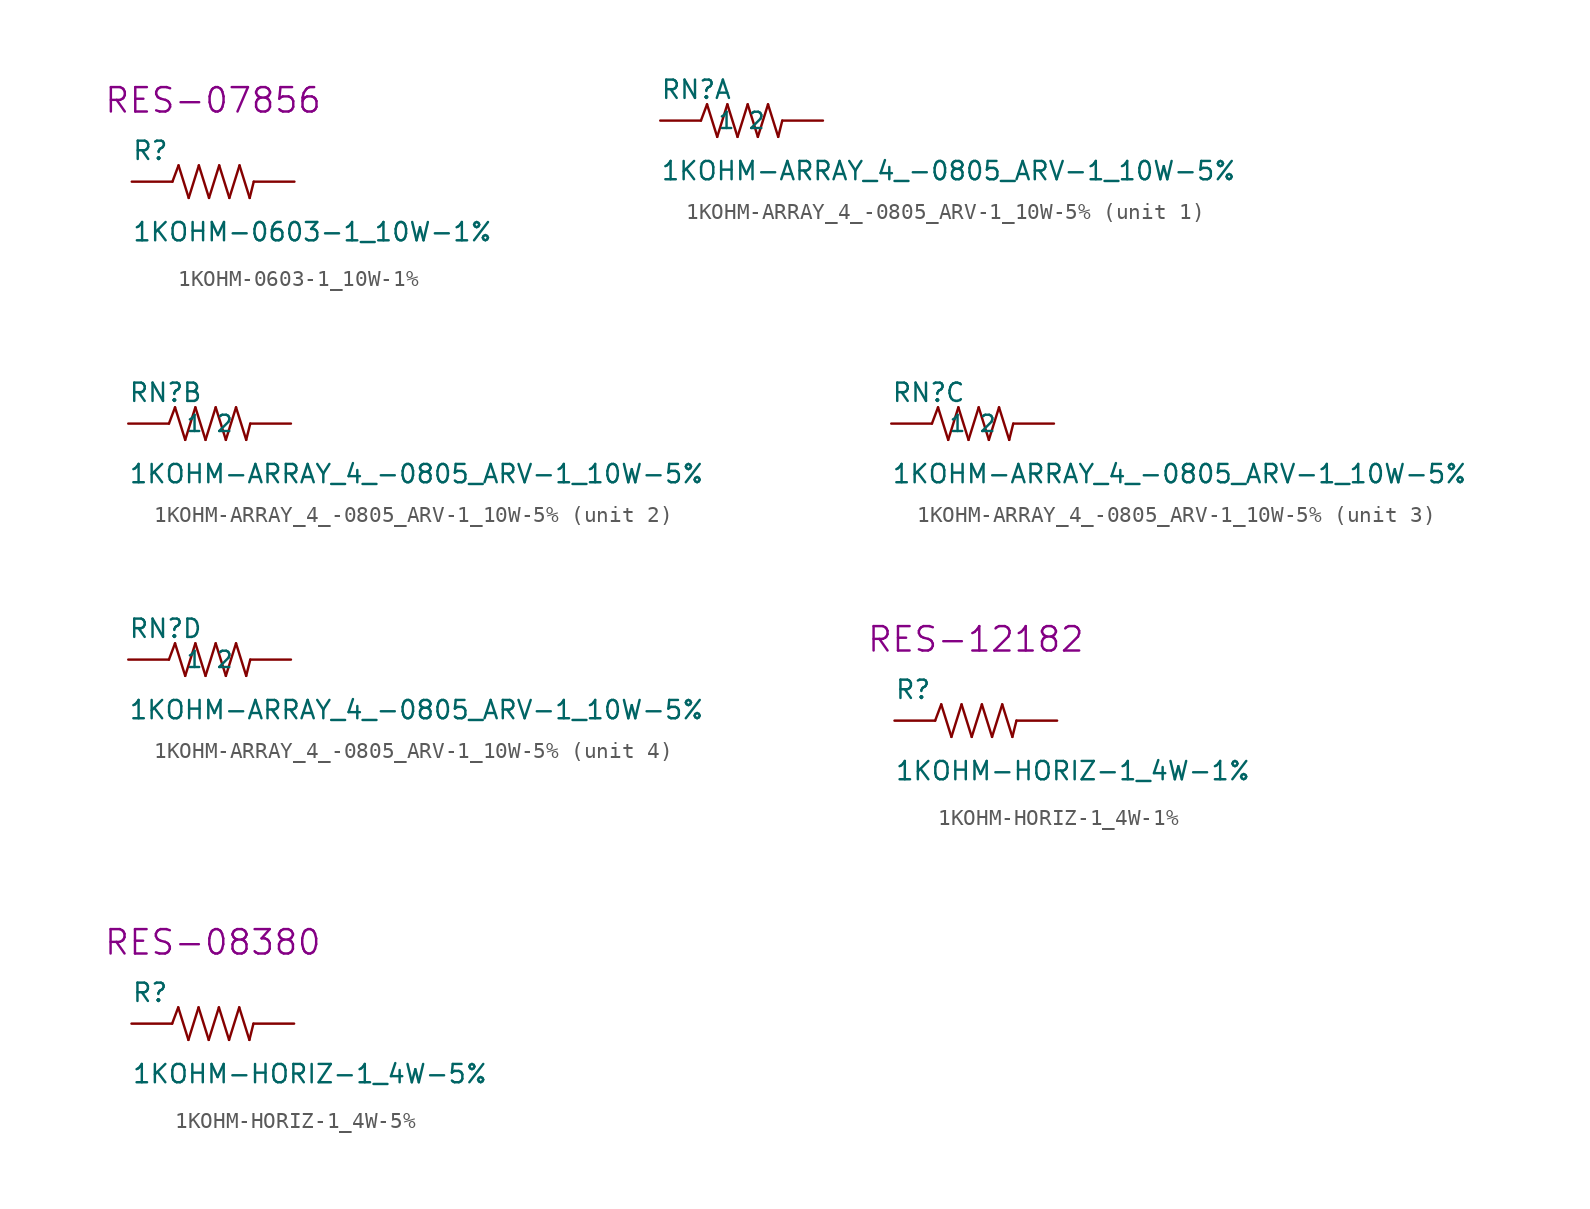
<source format=kicad_sym>
(kicad_symbol_lib
  (version 20220914)
  (generator kicad_symbol_editor)
  (symbol "1KOHM-0603-1_10W-1%"
    (pin_numbers hide)
    (pin_names
      (offset 1.016) hide)
    (property "Reference" "R"
      (at -5.08 1.27 0)
      (effects (font (size 1.143 1.143)) (justify left bottom)))
    (property "Value" "1KOHM-0603-1_10W-1%"
      (at -5.08 -3.81 0)
      (effects (font (size 1.143 1.143)) (justify left bottom)))
    (property "Field4" "RES-07856"
      (at 0 5.08 0)
      (effects (font (size 1.524 1.524))))
    (property "ki_locked" ""
      (at 0 0 0)
      (effects (font (size 1.27 1.27))))
    (symbol "1KOHM-0603-1_10W-1%_1_0"
      (polyline (pts (xy -2.54 0) (xy -2.159 1.016)) (stroke (width 0) (type solid)) (fill (type none)))
      (polyline (pts (xy -2.159 1.016) (xy -1.524 -1.016)) (stroke (width 0) (type solid)) (fill (type none)))
      (polyline (pts (xy -1.524 -1.016) (xy -0.889 1.016)) (stroke (width 0) (type solid)) (fill (type none)))
      (polyline (pts (xy -0.889 1.016) (xy -0.254 -1.016)) (stroke (width 0) (type solid)) (fill (type none)))
      (polyline (pts (xy -0.254 -1.016) (xy 0.381 1.016)) (stroke (width 0) (type solid)) (fill (type none)))
      (polyline (pts (xy 0.381 1.016) (xy 1.016 -1.016)) (stroke (width 0) (type solid)) (fill (type none)))
      (polyline (pts (xy 1.016 -1.016) (xy 1.651 1.016)) (stroke (width 0) (type solid)) (fill (type none)))
      (polyline (pts (xy 1.651 1.016) (xy 2.286 -1.016)) (stroke (width 0) (type solid)) (fill (type none)))
      (polyline (pts (xy 2.286 -1.016) (xy 2.54 0)) (stroke (width 0) (type solid)) (fill (type none))))
    (symbol "1KOHM-0603-1_10W-1%_1_1"
      (pin passive line (at -5.08 0 0) (length 2.54) (name "1" (effects (font (size 1.016 1.016)))) (number "1" (effects (font (size 1.016 1.016)))))
      (pin passive line (at 5.08 0 180) (length 2.54) (name "2" (effects (font (size 1.016 1.016)))) (number "2" (effects (font (size 1.016 1.016)))))))
  (symbol "1KOHM-ARRAY_4_-0805_ARV-1_10W-5%"
    (pin_numbers hide)
    (pin_names
      (offset 1.016))
    (property "Reference" "RN"
      (at -5.08 1.27 0)
      (effects (font (size 1.143 1.143)) (justify left bottom)))
    (property "Value" "1KOHM-ARRAY_4_-0805_ARV-1_10W-5%"
      (at -5.08 -3.81 0)
      (effects (font (size 1.143 1.143)) (justify left bottom)))
    (property "ki_locked" ""
      (at 0 0 0)
      (effects (font (size 1.27 1.27))))
    (symbol "1KOHM-ARRAY_4_-0805_ARV-1_10W-5%_1_0"
      (polyline (pts (xy -2.54 0) (xy -2.159 1.016)) (stroke (width 0) (type solid)) (fill (type none)))
      (polyline (pts (xy -2.159 1.016) (xy -1.524 -1.016)) (stroke (width 0) (type solid)) (fill (type none)))
      (polyline (pts (xy -1.524 -1.016) (xy -0.889 1.016)) (stroke (width 0) (type solid)) (fill (type none)))
      (polyline (pts (xy -0.889 1.016) (xy -0.254 -1.016)) (stroke (width 0) (type solid)) (fill (type none)))
      (polyline (pts (xy -0.254 -1.016) (xy 0.381 1.016)) (stroke (width 0) (type solid)) (fill (type none)))
      (polyline (pts (xy 0.381 1.016) (xy 1.016 -1.016)) (stroke (width 0) (type solid)) (fill (type none)))
      (polyline (pts (xy 1.016 -1.016) (xy 1.651 1.016)) (stroke (width 0) (type solid)) (fill (type none)))
      (polyline (pts (xy 1.651 1.016) (xy 2.286 -1.016)) (stroke (width 0) (type solid)) (fill (type none)))
      (polyline (pts (xy 2.286 -1.016) (xy 2.54 0)) (stroke (width 0) (type solid)) (fill (type none))))
    (symbol "1KOHM-ARRAY_4_-0805_ARV-1_10W-5%_1_1"
      (pin passive line (at -5.08 0 0) (length 2.54) (name "1" (effects (font (size 1.016 1.016)))) (number "1" (effects (font (size 1.016 1.016)))))
      (pin passive line (at 5.08 0 180) (length 2.54) (name "2" (effects (font (size 1.016 1.016)))) (number "8" (effects (font (size 1.016 1.016))))))
    (symbol "1KOHM-ARRAY_4_-0805_ARV-1_10W-5%_2_0"
      (polyline (pts (xy -2.54 0) (xy -2.159 1.016)) (stroke (width 0) (type solid)) (fill (type none)))
      (polyline (pts (xy -2.159 1.016) (xy -1.524 -1.016)) (stroke (width 0) (type solid)) (fill (type none)))
      (polyline (pts (xy -1.524 -1.016) (xy -0.889 1.016)) (stroke (width 0) (type solid)) (fill (type none)))
      (polyline (pts (xy -0.889 1.016) (xy -0.254 -1.016)) (stroke (width 0) (type solid)) (fill (type none)))
      (polyline (pts (xy -0.254 -1.016) (xy 0.381 1.016)) (stroke (width 0) (type solid)) (fill (type none)))
      (polyline (pts (xy 0.381 1.016) (xy 1.016 -1.016)) (stroke (width 0) (type solid)) (fill (type none)))
      (polyline (pts (xy 1.016 -1.016) (xy 1.651 1.016)) (stroke (width 0) (type solid)) (fill (type none)))
      (polyline (pts (xy 1.651 1.016) (xy 2.286 -1.016)) (stroke (width 0) (type solid)) (fill (type none)))
      (polyline (pts (xy 2.286 -1.016) (xy 2.54 0)) (stroke (width 0) (type solid)) (fill (type none))))
    (symbol "1KOHM-ARRAY_4_-0805_ARV-1_10W-5%_2_1"
      (pin passive line (at -5.08 0 0) (length 2.54) (name "1" (effects (font (size 1.016 1.016)))) (number "2" (effects (font (size 1.016 1.016)))))
      (pin passive line (at 5.08 0 180) (length 2.54) (name "2" (effects (font (size 1.016 1.016)))) (number "7" (effects (font (size 1.016 1.016))))))
    (symbol "1KOHM-ARRAY_4_-0805_ARV-1_10W-5%_3_0"
      (polyline (pts (xy -2.54 0) (xy -2.159 1.016)) (stroke (width 0) (type solid)) (fill (type none)))
      (polyline (pts (xy -2.159 1.016) (xy -1.524 -1.016)) (stroke (width 0) (type solid)) (fill (type none)))
      (polyline (pts (xy -1.524 -1.016) (xy -0.889 1.016)) (stroke (width 0) (type solid)) (fill (type none)))
      (polyline (pts (xy -0.889 1.016) (xy -0.254 -1.016)) (stroke (width 0) (type solid)) (fill (type none)))
      (polyline (pts (xy -0.254 -1.016) (xy 0.381 1.016)) (stroke (width 0) (type solid)) (fill (type none)))
      (polyline (pts (xy 0.381 1.016) (xy 1.016 -1.016)) (stroke (width 0) (type solid)) (fill (type none)))
      (polyline (pts (xy 1.016 -1.016) (xy 1.651 1.016)) (stroke (width 0) (type solid)) (fill (type none)))
      (polyline (pts (xy 1.651 1.016) (xy 2.286 -1.016)) (stroke (width 0) (type solid)) (fill (type none)))
      (polyline (pts (xy 2.286 -1.016) (xy 2.54 0)) (stroke (width 0) (type solid)) (fill (type none))))
    (symbol "1KOHM-ARRAY_4_-0805_ARV-1_10W-5%_3_1"
      (pin passive line (at -5.08 0 0) (length 2.54) (name "1" (effects (font (size 1.016 1.016)))) (number "3" (effects (font (size 1.016 1.016)))))
      (pin passive line (at 5.08 0 180) (length 2.54) (name "2" (effects (font (size 1.016 1.016)))) (number "6" (effects (font (size 1.016 1.016))))))
    (symbol "1KOHM-ARRAY_4_-0805_ARV-1_10W-5%_4_0"
      (polyline (pts (xy -2.54 0) (xy -2.159 1.016)) (stroke (width 0) (type solid)) (fill (type none)))
      (polyline (pts (xy -2.159 1.016) (xy -1.524 -1.016)) (stroke (width 0) (type solid)) (fill (type none)))
      (polyline (pts (xy -1.524 -1.016) (xy -0.889 1.016)) (stroke (width 0) (type solid)) (fill (type none)))
      (polyline (pts (xy -0.889 1.016) (xy -0.254 -1.016)) (stroke (width 0) (type solid)) (fill (type none)))
      (polyline (pts (xy -0.254 -1.016) (xy 0.381 1.016)) (stroke (width 0) (type solid)) (fill (type none)))
      (polyline (pts (xy 0.381 1.016) (xy 1.016 -1.016)) (stroke (width 0) (type solid)) (fill (type none)))
      (polyline (pts (xy 1.016 -1.016) (xy 1.651 1.016)) (stroke (width 0) (type solid)) (fill (type none)))
      (polyline (pts (xy 1.651 1.016) (xy 2.286 -1.016)) (stroke (width 0) (type solid)) (fill (type none)))
      (polyline (pts (xy 2.286 -1.016) (xy 2.54 0)) (stroke (width 0) (type solid)) (fill (type none))))
    (symbol "1KOHM-ARRAY_4_-0805_ARV-1_10W-5%_4_1"
      (pin passive line (at -5.08 0 0) (length 2.54) (name "1" (effects (font (size 1.016 1.016)))) (number "4" (effects (font (size 1.016 1.016)))))
      (pin passive line (at 5.08 0 180) (length 2.54) (name "2" (effects (font (size 1.016 1.016)))) (number "5" (effects (font (size 1.016 1.016)))))))
  (symbol "1KOHM-HORIZ-1_4W-1%"
    (pin_numbers hide)
    (pin_names
      (offset 1.016) hide)
    (property "Reference" "R"
      (at -5.08 1.27 0)
      (effects (font (size 1.143 1.143)) (justify left bottom)))
    (property "Value" "1KOHM-HORIZ-1_4W-1%"
      (at -5.08 -3.81 0)
      (effects (font (size 1.143 1.143)) (justify left bottom)))
    (property "Field4" "RES-12182"
      (at 0 5.08 0)
      (effects (font (size 1.524 1.524))))
    (property "ki_locked" ""
      (at 0 0 0)
      (effects (font (size 1.27 1.27))))
    (symbol "1KOHM-HORIZ-1_4W-1%_1_0"
      (polyline (pts (xy -2.54 0) (xy -2.159 1.016)) (stroke (width 0) (type solid)) (fill (type none)))
      (polyline (pts (xy -2.159 1.016) (xy -1.524 -1.016)) (stroke (width 0) (type solid)) (fill (type none)))
      (polyline (pts (xy -1.524 -1.016) (xy -0.889 1.016)) (stroke (width 0) (type solid)) (fill (type none)))
      (polyline (pts (xy -0.889 1.016) (xy -0.254 -1.016)) (stroke (width 0) (type solid)) (fill (type none)))
      (polyline (pts (xy -0.254 -1.016) (xy 0.381 1.016)) (stroke (width 0) (type solid)) (fill (type none)))
      (polyline (pts (xy 0.381 1.016) (xy 1.016 -1.016)) (stroke (width 0) (type solid)) (fill (type none)))
      (polyline (pts (xy 1.016 -1.016) (xy 1.651 1.016)) (stroke (width 0) (type solid)) (fill (type none)))
      (polyline (pts (xy 1.651 1.016) (xy 2.286 -1.016)) (stroke (width 0) (type solid)) (fill (type none)))
      (polyline (pts (xy 2.286 -1.016) (xy 2.54 0)) (stroke (width 0) (type solid)) (fill (type none))))
    (symbol "1KOHM-HORIZ-1_4W-1%_1_1"
      (pin passive line (at -5.08 0 0) (length 2.54) (name "1" (effects (font (size 1.016 1.016)))) (number "P$1" (effects (font (size 1.016 1.016)))))
      (pin passive line (at 5.08 0 180) (length 2.54) (name "2" (effects (font (size 1.016 1.016)))) (number "P$2" (effects (font (size 1.016 1.016)))))))
  (symbol "1KOHM-HORIZ-1_4W-5%"
    (pin_numbers hide)
    (pin_names
      (offset 1.016) hide)
    (property "Reference" "R"
      (at -5.08 1.27 0)
      (effects (font (size 1.143 1.143)) (justify left bottom)))
    (property "Value" "1KOHM-HORIZ-1_4W-5%"
      (at -5.08 -3.81 0)
      (effects (font (size 1.143 1.143)) (justify left bottom)))
    (property "Field4" "RES-08380"
      (at 0 5.08 0)
      (effects (font (size 1.524 1.524))))
    (property "ki_locked" ""
      (at 0 0 0)
      (effects (font (size 1.27 1.27))))
    (symbol "1KOHM-HORIZ-1_4W-5%_1_0"
      (polyline (pts (xy -2.54 0) (xy -2.159 1.016)) (stroke (width 0) (type solid)) (fill (type none)))
      (polyline (pts (xy -2.159 1.016) (xy -1.524 -1.016)) (stroke (width 0) (type solid)) (fill (type none)))
      (polyline (pts (xy -1.524 -1.016) (xy -0.889 1.016)) (stroke (width 0) (type solid)) (fill (type none)))
      (polyline (pts (xy -0.889 1.016) (xy -0.254 -1.016)) (stroke (width 0) (type solid)) (fill (type none)))
      (polyline (pts (xy -0.254 -1.016) (xy 0.381 1.016)) (stroke (width 0) (type solid)) (fill (type none)))
      (polyline (pts (xy 0.381 1.016) (xy 1.016 -1.016)) (stroke (width 0) (type solid)) (fill (type none)))
      (polyline (pts (xy 1.016 -1.016) (xy 1.651 1.016)) (stroke (width 0) (type solid)) (fill (type none)))
      (polyline (pts (xy 1.651 1.016) (xy 2.286 -1.016)) (stroke (width 0) (type solid)) (fill (type none)))
      (polyline (pts (xy 2.286 -1.016) (xy 2.54 0)) (stroke (width 0) (type solid)) (fill (type none))))
    (symbol "1KOHM-HORIZ-1_4W-5%_1_1"
      (pin passive line (at -5.08 0 0) (length 2.54) (name "1" (effects (font (size 1.016 1.016)))) (number "P$1" (effects (font (size 1.016 1.016)))))
      (pin passive line (at 5.08 0 180) (length 2.54) (name "2" (effects (font (size 1.016 1.016)))) (number "P$2" (effects (font (size 1.016 1.016))))))))
</source>
